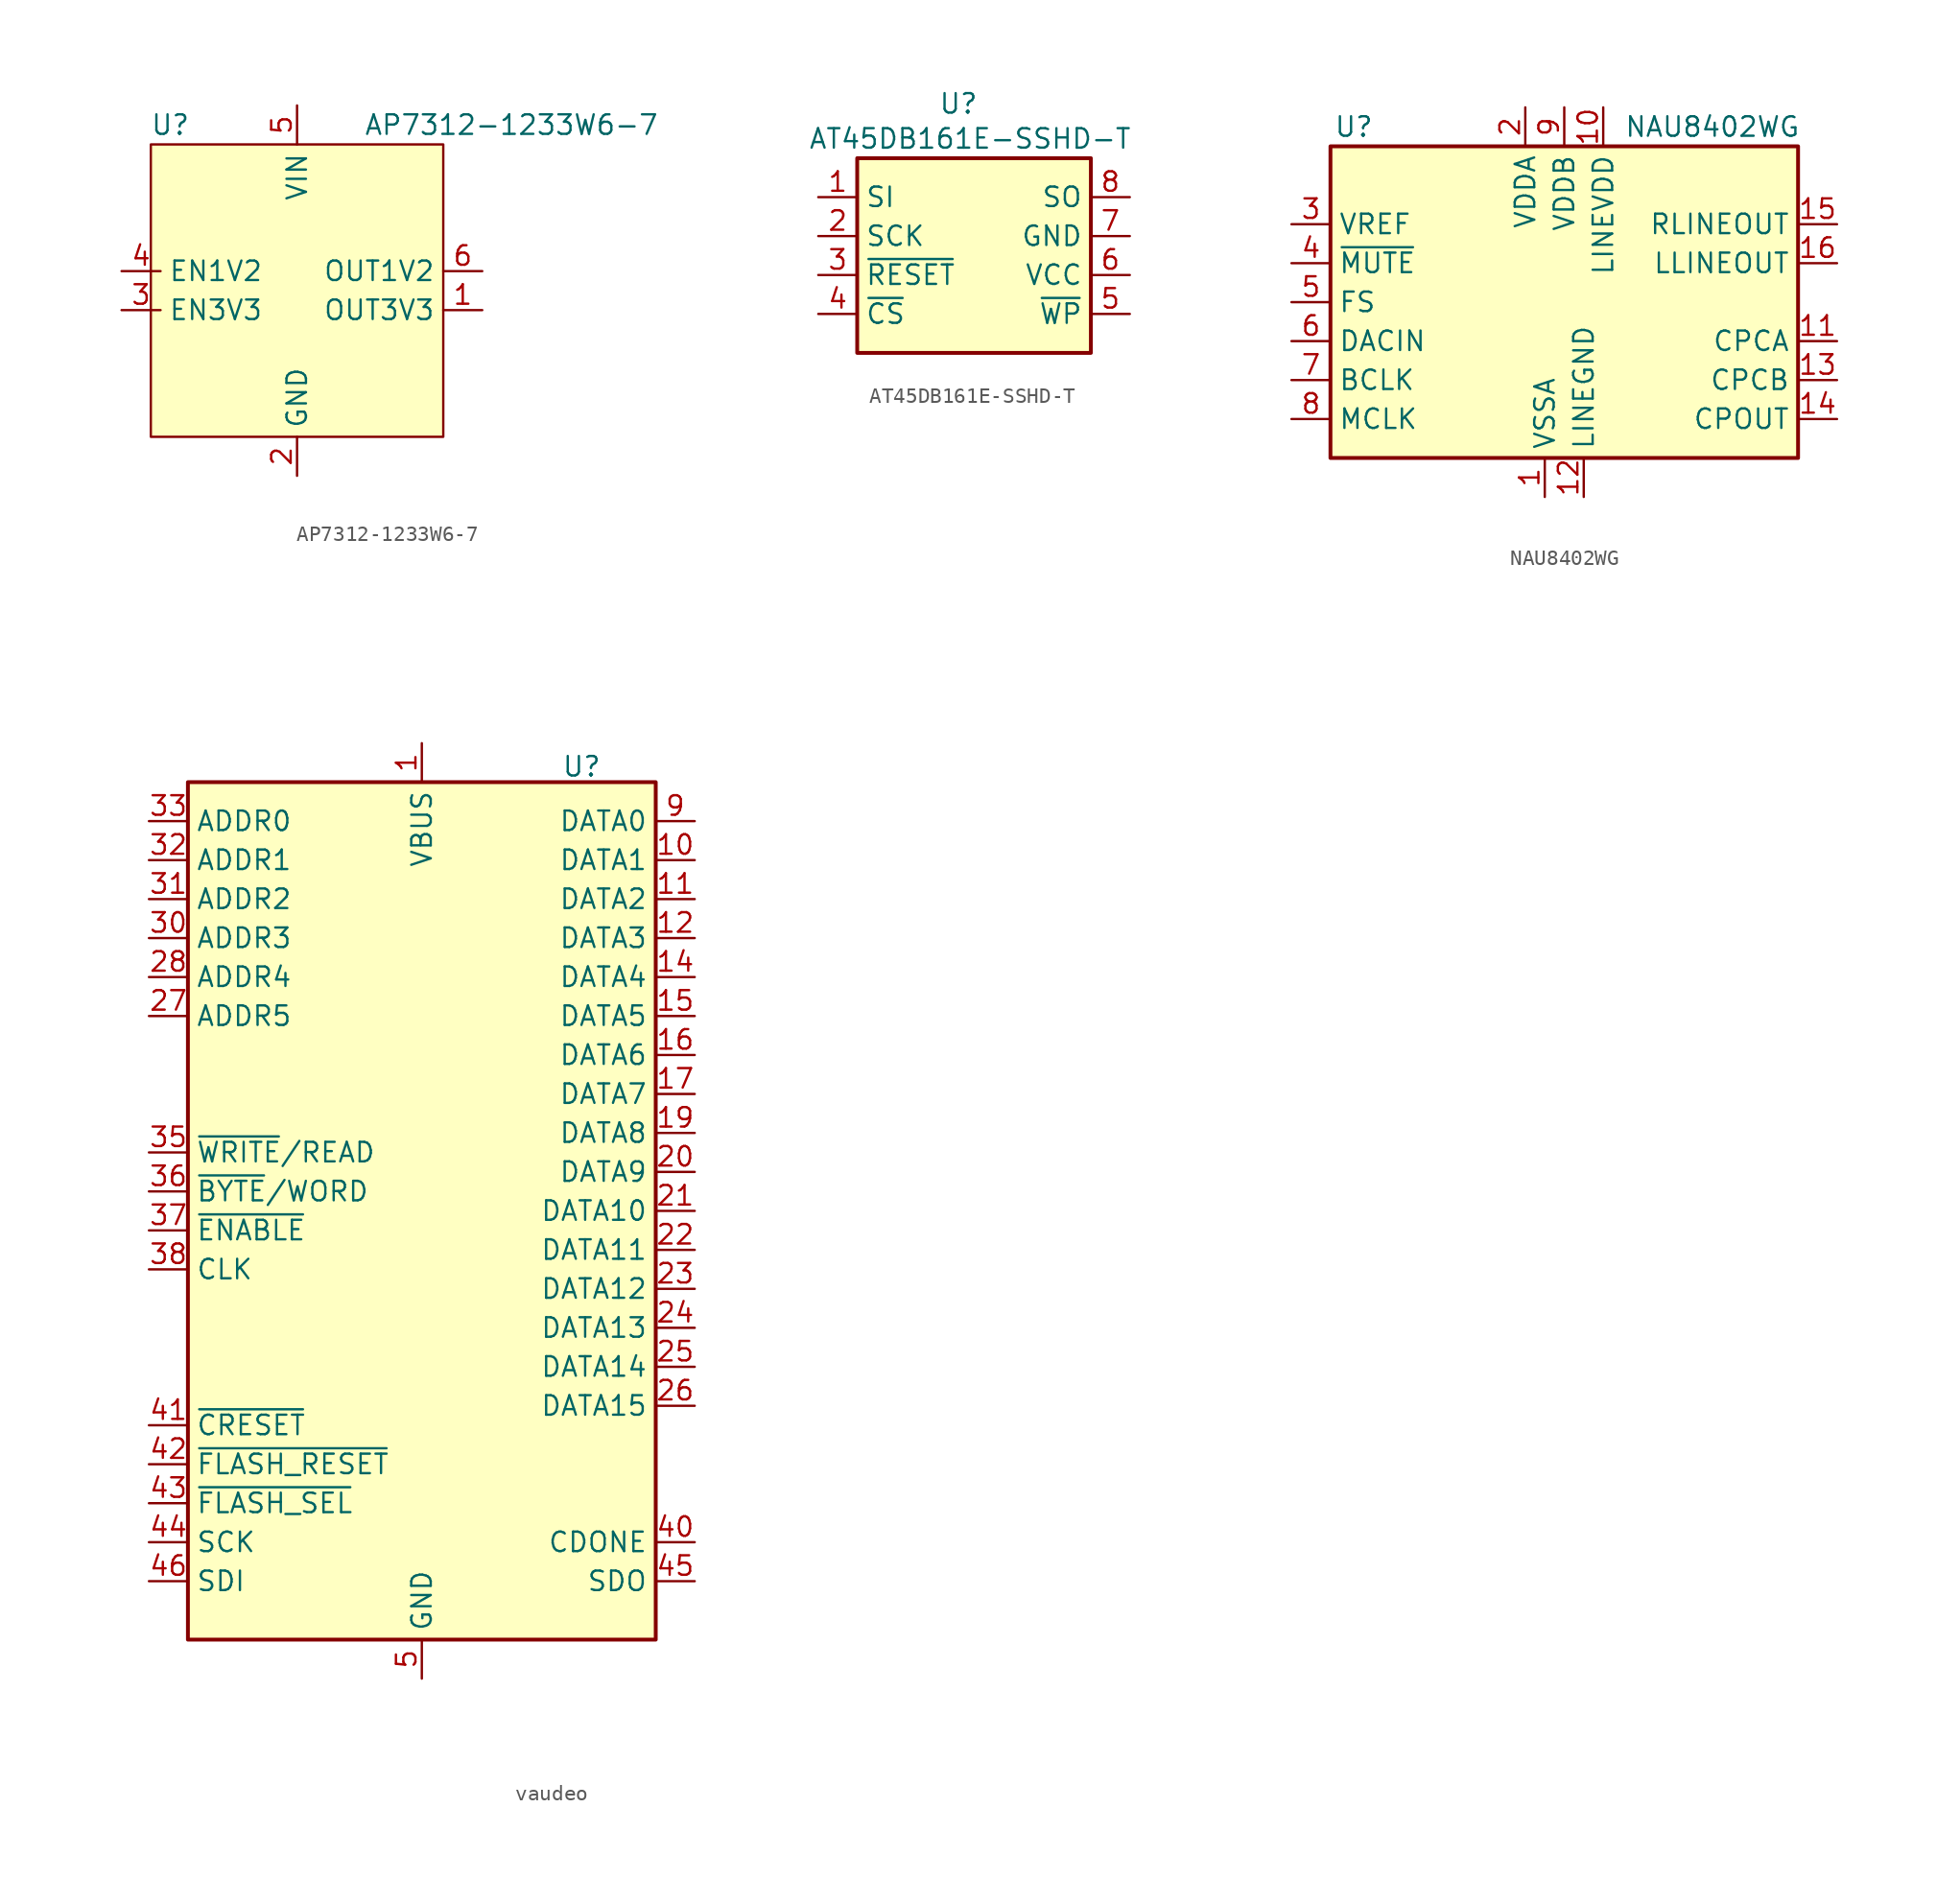
<source format=kicad_sym>
(kicad_symbol_lib
  (version 20231120)
  (generator "kicad_symbol_editor")
  (generator_version "8.0")
  (symbol "AP7312-1233W6-7"
    (property "Reference" "U"
      (at -8.255 10.795 0)
      (effects (font (size 1.27 1.27))))
    (property "Value" "AP7312-1233W6-7"
      (at 13.97 10.795 0)
      (effects (font (size 1.27 1.27))))
    (symbol "AP7312-1233W6-7_0_0"
      (pin power_out line (at 12.065 -1.27 180) (length 2.54) (name "OUT3V3" (effects (font (size 1.27 1.27)))) (number "1" (effects (font (size 1.27 1.27)))))
      (pin power_out line (at 0 -12.065 90) (length 2.54) (name "GND" (effects (font (size 1.27 1.27)))) (number "2" (effects (font (size 1.27 1.27)))))
      (pin input line (at -11.43 -1.27 0) (length 2.54) (name "EN3V3" (effects (font (size 1.27 1.27)))) (number "3" (effects (font (size 1.27 1.27)))))
      (pin input line (at -11.43 1.27 0) (length 2.54) (name "EN1V2" (effects (font (size 1.27 1.27)))) (number "4" (effects (font (size 1.27 1.27)))))
      (pin power_out line (at 12.065 1.27 180) (length 2.54) (name "OUT1V2" (effects (font (size 1.27 1.27)))) (number "6" (effects (font (size 1.27 1.27))))))
    (symbol "AP7312-1233W6-7_1_0"
      (pin power_in line (at 0 12.065 270) (length 2.54) (name "VIN" (effects (font (size 1.27 1.27)))) (number "5" (effects (font (size 1.27 1.27))))))
    (symbol "AP7312-1233W6-7_1_1"
      (rectangle (start -9.525 9.525) (end 9.525 -9.525) (stroke (width 0) (type default)) (fill (type background)))))
  (symbol "AT45DB161E-SSHD-T"
    (property "Reference" "U"
      (at -1.016 9.906 0)
      (effects (font (size 1.27 1.27))))
    (property "Value" "AT45DB161E-SSHD-T"
      (at -0.254 7.62 0)
      (effects (font (size 1.27 1.27))))
    (symbol "AT45DB161E-SSHD-T_0_0"
      (pin input line (at -10.16 3.81 0) (length 2.54) (name "SI" (effects (font (size 1.27 1.27)))) (number "1" (effects (font (size 1.27 1.27)))))
      (pin input line (at -10.16 1.27 0) (length 2.54) (name "SCK" (effects (font (size 1.27 1.27)))) (number "2" (effects (font (size 1.27 1.27)))))
      (pin input line (at -10.16 -1.27 0) (length 2.54) (name "~{RESET}" (effects (font (size 1.27 1.27)))) (number "3" (effects (font (size 1.27 1.27)))))
      (pin input line (at -10.16 -3.81 0) (length 2.54) (name "~{CS}" (effects (font (size 1.27 1.27)))) (number "4" (effects (font (size 1.27 1.27)))))
      (pin input line (at 10.16 -3.81 180) (length 2.54) (name "~{WP}" (effects (font (size 1.27 1.27)))) (number "5" (effects (font (size 1.27 1.27)))))
      (pin power_in line (at 10.16 -1.27 180) (length 2.54) (name "VCC" (effects (font (size 1.27 1.27)))) (number "6" (effects (font (size 1.27 1.27)))))
      (pin power_in line (at 10.16 1.27 180) (length 2.54) (name "GND" (effects (font (size 1.27 1.27)))) (number "7" (effects (font (size 1.27 1.27)))))
      (pin output line (at 10.16 3.81 180) (length 2.54) (name "SO" (effects (font (size 1.27 1.27)))) (number "8" (effects (font (size 1.27 1.27))))))
    (symbol "AT45DB161E-SSHD-T_1_1"
      (rectangle (start -7.62 6.35) (end 7.62 -6.35) (stroke (width 0.25) (type default)) (fill (type background)))))
  (symbol "NAU8402WG"
    (property "Reference" "U"
      (at -13.716 11.43 0)
      (effects (font (size 1.27 1.27))))
    (property "Value" "NAU8402WG"
      (at 9.652 11.43 0)
      (effects (font (size 1.27 1.27))))
    (symbol "NAU8402WG_0_0"
      (pin power_in line (at -1.27 -12.7 90) (length 2.54) (name "VSSA" (effects (font (size 1.27 1.27)))) (number "1" (effects (font (size 1.27 1.27)))))
      (pin power_in line (at 2.54 12.7 270) (length 2.54) (name "LINEVDD" (effects (font (size 1.27 1.27)))) (number "10" (effects (font (size 1.27 1.27)))))
      (pin output line (at 17.78 -2.54 180) (length 2.54) (name "CPCA" (effects (font (size 1.27 1.27)))) (number "11" (effects (font (size 1.27 1.27)))))
      (pin power_in line (at 1.27 -12.7 90) (length 2.54) (name "LINEGND" (effects (font (size 1.27 1.27)))) (number "12" (effects (font (size 1.27 1.27)))))
      (pin output line (at 17.78 -5.08 180) (length 2.54) (name "CPCB" (effects (font (size 1.27 1.27)))) (number "13" (effects (font (size 1.27 1.27)))))
      (pin output line (at 17.78 -7.62 180) (length 2.54) (name "CPOUT" (effects (font (size 1.27 1.27)))) (number "14" (effects (font (size 1.27 1.27)))))
      (pin output line (at 17.78 5.08 180) (length 2.54) (name "RLINEOUT" (effects (font (size 1.27 1.27)))) (number "15" (effects (font (size 1.27 1.27)))))
      (pin output line (at 17.78 2.54 180) (length 2.54) (name "LLINEOUT" (effects (font (size 1.27 1.27)))) (number "16" (effects (font (size 1.27 1.27)))))
      (pin power_in line (at -2.54 12.7 270) (length 2.54) (name "VDDA" (effects (font (size 1.27 1.27)))) (number "2" (effects (font (size 1.27 1.27)))))
      (pin input line (at -17.78 5.08 0) (length 2.54) (name "VREF" (effects (font (size 1.27 1.27)))) (number "3" (effects (font (size 1.27 1.27)))))
      (pin input line (at -17.78 2.54 0) (length 2.54) (name "~{MUTE}" (effects (font (size 1.27 1.27)))) (number "4" (effects (font (size 1.27 1.27)))))
      (pin input line (at -17.78 0 0) (length 2.54) (name "FS" (effects (font (size 1.27 1.27)))) (number "5" (effects (font (size 1.27 1.27)))))
      (pin input line (at -17.78 -2.54 0) (length 2.54) (name "DACIN" (effects (font (size 1.27 1.27)))) (number "6" (effects (font (size 1.27 1.27)))))
      (pin input line (at -17.78 -5.08 0) (length 2.54) (name "BCLK" (effects (font (size 1.27 1.27)))) (number "7" (effects (font (size 1.27 1.27)))))
      (pin input line (at -17.78 -7.62 0) (length 2.54) (name "MCLK" (effects (font (size 1.27 1.27)))) (number "8" (effects (font (size 1.27 1.27)))))
      (pin power_in line (at 0 12.7 270) (length 2.54) (name "VDDB" (effects (font (size 1.27 1.27)))) (number "9" (effects (font (size 1.27 1.27))))))
    (symbol "NAU8402WG_1_1"
      (rectangle (start -15.24 10.16) (end 15.24 -10.16) (stroke (width 0.25) (type default)) (fill (type background)))))
  (symbol "vaudeo"
    (property "Reference" "U"
      (at 10.414 32.766 0)
      (effects (font (size 1.27 1.27))))
    (property "Value" ""
      (at 34.798 24.13 90)
      (effects (font (size 1.27 1.27))))
    (symbol "vaudeo_0_0"
      (pin power_in line (at 0 34.29 270) (length 2.54) (name "VBUS" (effects (font (size 1.27 1.27)))) (number "1" (effects (font (size 1.27 1.27)))))
      (pin bidirectional line (at 17.78 26.67 180) (length 2.54) (name "DATA1" (effects (font (size 1.27 1.27)))) (number "10" (effects (font (size 1.27 1.27)))))
      (pin bidirectional line (at 17.78 24.13 180) (length 2.54) (name "DATA2" (effects (font (size 1.27 1.27)))) (number "11" (effects (font (size 1.27 1.27)))))
      (pin bidirectional line (at 17.78 21.59 180) (length 2.54) (name "DATA3" (effects (font (size 1.27 1.27)))) (number "12" (effects (font (size 1.27 1.27)))))
      (pin bidirectional line (at 17.78 19.05 180) (length 2.54) (name "DATA4" (effects (font (size 1.27 1.27)))) (number "14" (effects (font (size 1.27 1.27)))))
      (pin bidirectional line (at 17.78 16.51 180) (length 2.54) (name "DATA5" (effects (font (size 1.27 1.27)))) (number "15" (effects (font (size 1.27 1.27)))))
      (pin bidirectional line (at 17.78 13.97 180) (length 2.54) (name "DATA6" (effects (font (size 1.27 1.27)))) (number "16" (effects (font (size 1.27 1.27)))))
      (pin bidirectional line (at 17.78 11.43 180) (length 2.54) (name "DATA7" (effects (font (size 1.27 1.27)))) (number "17" (effects (font (size 1.27 1.27)))))
      (pin bidirectional line (at 17.78 8.89 180) (length 2.54) (name "DATA8" (effects (font (size 1.27 1.27)))) (number "19" (effects (font (size 1.27 1.27)))))
      (pin bidirectional line (at 17.78 6.35 180) (length 2.54) (name "DATA9" (effects (font (size 1.27 1.27)))) (number "20" (effects (font (size 1.27 1.27)))))
      (pin bidirectional line (at 17.78 3.81 180) (length 2.54) (name "DATA10" (effects (font (size 1.27 1.27)))) (number "21" (effects (font (size 1.27 1.27)))))
      (pin bidirectional line (at 17.78 1.27 180) (length 2.54) (name "DATA11" (effects (font (size 1.27 1.27)))) (number "22" (effects (font (size 1.27 1.27)))))
      (pin bidirectional line (at 17.78 -1.27 180) (length 2.54) (name "DATA12" (effects (font (size 1.27 1.27)))) (number "23" (effects (font (size 1.27 1.27)))))
      (pin bidirectional line (at 17.78 -3.81 180) (length 2.54) (name "DATA13" (effects (font (size 1.27 1.27)))) (number "24" (effects (font (size 1.27 1.27)))))
      (pin bidirectional line (at 17.78 -6.35 180) (length 2.54) (name "DATA14" (effects (font (size 1.27 1.27)))) (number "25" (effects (font (size 1.27 1.27)))))
      (pin bidirectional line (at 17.78 -8.89 180) (length 2.54) (name "DATA15" (effects (font (size 1.27 1.27)))) (number "26" (effects (font (size 1.27 1.27)))))
      (pin input line (at -17.78 16.51 0) (length 2.54) (name "ADDR5" (effects (font (size 1.27 1.27)))) (number "27" (effects (font (size 1.27 1.27)))))
      (pin input line (at -17.78 19.05 0) (length 2.54) (name "ADDR4" (effects (font (size 1.27 1.27)))) (number "28" (effects (font (size 1.27 1.27)))))
      (pin input line (at -17.78 21.59 0) (length 2.54) (name "ADDR3" (effects (font (size 1.27 1.27)))) (number "30" (effects (font (size 1.27 1.27)))))
      (pin input line (at -17.78 24.13 0) (length 2.54) (name "ADDR2" (effects (font (size 1.27 1.27)))) (number "31" (effects (font (size 1.27 1.27)))))
      (pin input line (at -17.78 26.67 0) (length 2.54) (name "ADDR1" (effects (font (size 1.27 1.27)))) (number "32" (effects (font (size 1.27 1.27)))))
      (pin input line (at -17.78 29.21 0) (length 2.54) (name "ADDR0" (effects (font (size 1.27 1.27)))) (number "33" (effects (font (size 1.27 1.27)))))
      (pin input line (at -17.78 7.62 0) (length 2.54) (name "~{WRITE}/READ" (effects (font (size 1.27 1.27)))) (number "35" (effects (font (size 1.27 1.27)))))
      (pin input line (at -17.78 5.08 0) (length 2.54) (name "~{BYTE}/WORD" (effects (font (size 1.27 1.27)))) (number "36" (effects (font (size 1.27 1.27)))))
      (pin input line (at -17.78 2.54 0) (length 2.54) (name "~{ENABLE}" (effects (font (size 1.27 1.27)))) (number "37" (effects (font (size 1.27 1.27)))))
      (pin input line (at -17.78 0 0) (length 2.54) (name "CLK" (effects (font (size 1.27 1.27)))) (number "38" (effects (font (size 1.27 1.27)))))
      (pin output line (at 17.78 -17.78 180) (length 2.54) (name "CDONE" (effects (font (size 1.27 1.27)))) (number "40" (effects (font (size 1.27 1.27)))))
      (pin input line (at -17.78 -10.16 0) (length 2.54) (name "~{CRESET}" (effects (font (size 1.27 1.27)))) (number "41" (effects (font (size 1.27 1.27)))))
      (pin input line (at -17.78 -12.7 0) (length 2.54) (name "~{FLASH_RESET}" (effects (font (size 1.27 1.27)))) (number "42" (effects (font (size 1.27 1.27)))))
      (pin input line (at -17.78 -15.24 0) (length 2.54) (name "~{FLASH_SEL}" (effects (font (size 1.27 1.27)))) (number "43" (effects (font (size 1.27 1.27)))))
      (pin input line (at -17.78 -17.78 0) (length 2.54) (name "SCK" (effects (font (size 1.27 1.27)))) (number "44" (effects (font (size 1.27 1.27)))))
      (pin output line (at 17.78 -20.32 180) (length 2.54) (name "SDO" (effects (font (size 1.27 1.27)))) (number "45" (effects (font (size 1.27 1.27)))))
      (pin input line (at -17.78 -20.32 0) (length 2.54) (name "SDI" (effects (font (size 1.27 1.27)))) (number "46" (effects (font (size 1.27 1.27)))))
      (pin bidirectional line (at 17.78 29.21 180) (length 2.54) (name "DATA0" (effects (font (size 1.27 1.27)))) (number "9" (effects (font (size 1.27 1.27))))))
    (symbol "vaudeo_1_0"
      (pin power_in line (at 0 -26.67 90) (length 2.54) hide (name "GND" (effects (font (size 1.27 1.27)))) (number "13" (effects (font (size 1.27 1.27)))))
      (pin power_in line (at 0 -26.67 90) (length 2.54) hide (name "GND" (effects (font (size 1.27 1.27)))) (number "18" (effects (font (size 1.27 1.27)))))
      (pin power_in line (at 0 34.29 270) (length 2.54) hide (name "VBUS" (effects (font (size 1.27 1.27)))) (number "2" (effects (font (size 1.27 1.27)))))
      (pin power_in line (at 0 -26.67 90) (length 2.54) hide (name "GND" (effects (font (size 1.27 1.27)))) (number "29" (effects (font (size 1.27 1.27)))))
      (pin power_in line (at 0 34.29 270) (length 2.54) hide (name "VBUS" (effects (font (size 1.27 1.27)))) (number "3" (effects (font (size 1.27 1.27)))))
      (pin power_in line (at 0 -26.67 90) (length 2.54) hide (name "GND" (effects (font (size 1.27 1.27)))) (number "34" (effects (font (size 1.27 1.27)))))
      (pin power_in line (at 0 -26.67 90) (length 2.54) hide (name "GND" (effects (font (size 1.27 1.27)))) (number "39" (effects (font (size 1.27 1.27)))))
      (pin power_in line (at 0 34.29 270) (length 2.54) hide (name "VBUS" (effects (font (size 1.27 1.27)))) (number "4" (effects (font (size 1.27 1.27)))))
      (pin power_in line (at 0 -26.67 90) (length 2.54) (name "GND" (effects (font (size 1.27 1.27)))) (number "5" (effects (font (size 1.27 1.27)))))
      (pin power_in line (at 0 -26.67 90) (length 2.54) hide (name "GND" (effects (font (size 1.27 1.27)))) (number "6" (effects (font (size 1.27 1.27)))))
      (pin power_in line (at 0 -26.67 90) (length 2.54) hide (name "GND" (effects (font (size 1.27 1.27)))) (number "7" (effects (font (size 1.27 1.27)))))
      (pin power_in line (at 0 -26.67 90) (length 2.54) hide (name "GND" (effects (font (size 1.27 1.27)))) (number "8" (effects (font (size 1.27 1.27))))))
    (symbol "vaudeo_1_1"
      (rectangle (start -15.24 31.75) (end 15.24 -24.13) (stroke (width 0.25) (type default)) (fill (type background))))))
</source>
